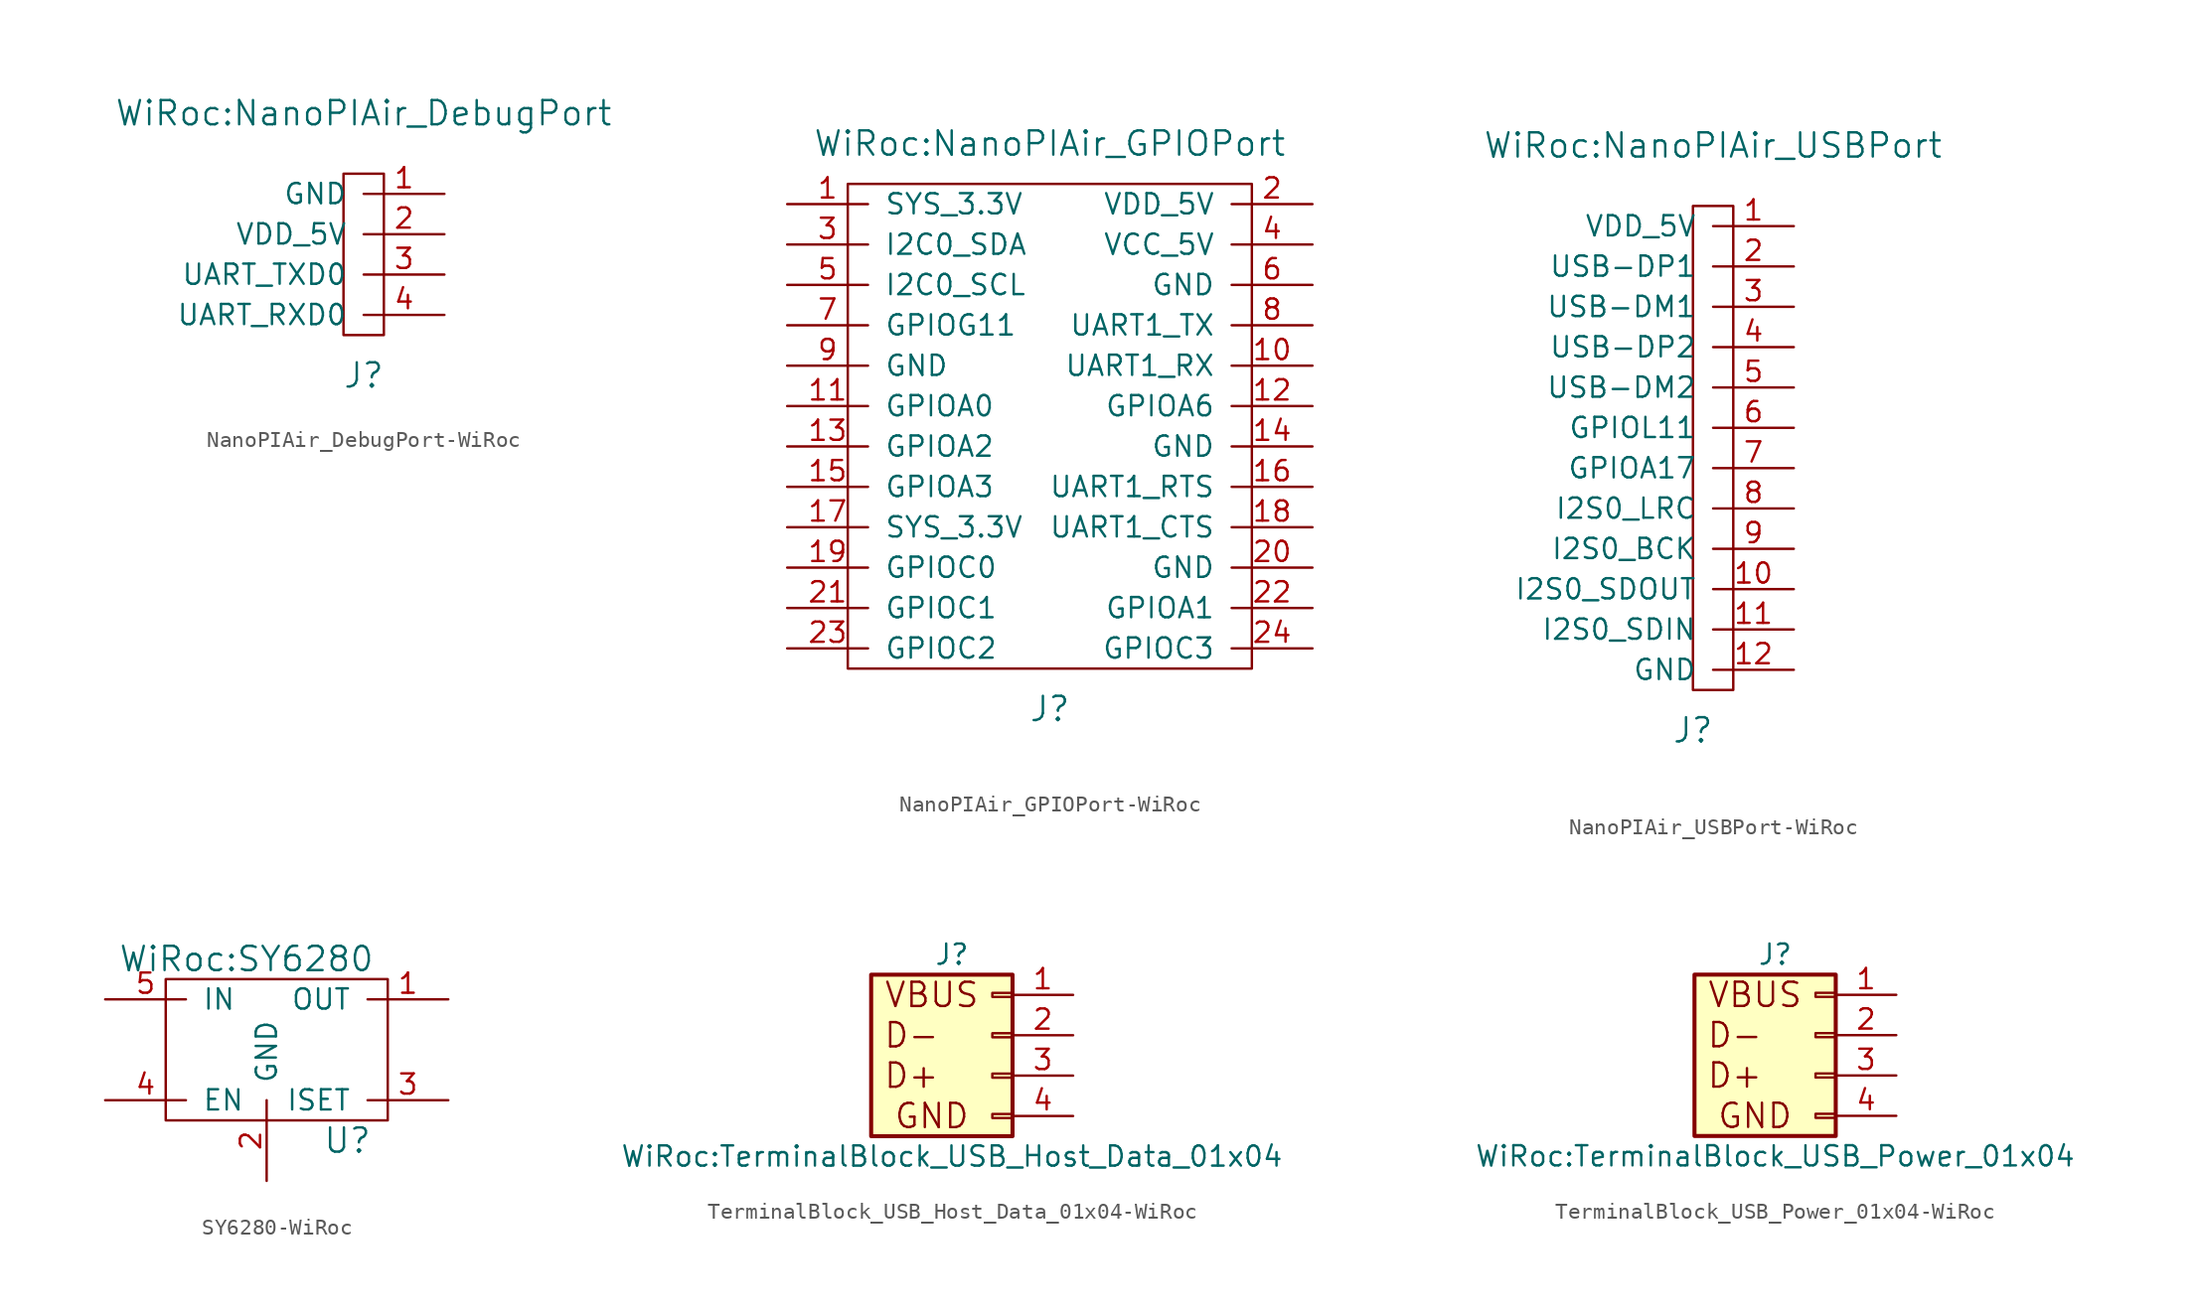
<source format=kicad_sym>
(kicad_symbol_lib
  (version 20220914)
  (generator kicad_symbol_editor)
  (symbol "NanoPIAir_DebugPort-WiRoc"
    (pin_names
      (offset 1.016))
    (property "Reference" "J"
      (at 0 -7.62 0)
      (effects (font (size 1.524 1.524))))
    (property "Value" "WiRoc:NanoPIAir_DebugPort"
      (at 0 8.89 0)
      (effects (font (size 1.524 1.524))))
    (symbol "NanoPIAir_DebugPort-WiRoc_0_1"
      (rectangle (start -1.27 -5.08) (end 1.27 5.08) (stroke (width 0) (type solid)) (fill (type none))))
    (symbol "NanoPIAir_DebugPort-WiRoc_1_1"
      (pin power_in line (at 5.08 3.81 180) (length 5.08) (name "GND" (effects (font (size 1.27 1.27)))) (number "1" (effects (font (size 1.27 1.27)))))
      (pin power_in line (at 5.08 1.27 180) (length 5.08) (name "VDD_5V" (effects (font (size 1.27 1.27)))) (number "2" (effects (font (size 1.27 1.27)))))
      (pin output line (at 5.08 -1.27 180) (length 5.08) (name "UART_TXD0" (effects (font (size 1.27 1.27)))) (number "3" (effects (font (size 1.27 1.27)))))
      (pin input line (at 5.08 -3.81 180) (length 5.08) (name "UART_RXD0" (effects (font (size 1.27 1.27)))) (number "4" (effects (font (size 1.27 1.27)))))))
  (symbol "NanoPIAir_GPIOPort-WiRoc"
    (pin_names
      (offset 1.016))
    (property "Reference" "J"
      (at 0 -17.78 0)
      (effects (font (size 1.524 1.524))))
    (property "Value" "WiRoc:NanoPIAir_GPIOPort"
      (at 0 17.78 0)
      (effects (font (size 1.524 1.524))))
    (symbol "NanoPIAir_GPIOPort-WiRoc_0_1"
      (rectangle (start -12.7 -15.24) (end 12.7 15.24) (stroke (width 0) (type solid)) (fill (type none))))
    (symbol "NanoPIAir_GPIOPort-WiRoc_1_1"
      (pin power_out line (at -16.51 13.97 0) (length 5.08) (name "SYS_3.3V" (effects (font (size 1.27 1.27)))) (number "1" (effects (font (size 1.27 1.27)))))
      (pin input line (at 16.51 3.81 180) (length 5.08) (name "UART1_RX" (effects (font (size 1.27 1.27)))) (number "10" (effects (font (size 1.27 1.27)))))
      (pin bidirectional line (at -16.51 1.27 0) (length 5.08) (name "GPIOA0" (effects (font (size 1.27 1.27)))) (number "11" (effects (font (size 1.27 1.27)))))
      (pin bidirectional line (at 16.51 1.27 180) (length 5.08) (name "GPIOA6" (effects (font (size 1.27 1.27)))) (number "12" (effects (font (size 1.27 1.27)))))
      (pin bidirectional line (at -16.51 -1.27 0) (length 5.08) (name "GPIOA2" (effects (font (size 1.27 1.27)))) (number "13" (effects (font (size 1.27 1.27)))))
      (pin power_in line (at 16.51 -1.27 180) (length 5.08) (name "GND" (effects (font (size 1.27 1.27)))) (number "14" (effects (font (size 1.27 1.27)))))
      (pin bidirectional line (at -16.51 -3.81 0) (length 5.08) (name "GPIOA3" (effects (font (size 1.27 1.27)))) (number "15" (effects (font (size 1.27 1.27)))))
      (pin output line (at 16.51 -3.81 180) (length 5.08) (name "UART1_RTS" (effects (font (size 1.27 1.27)))) (number "16" (effects (font (size 1.27 1.27)))))
      (pin power_out line (at -16.51 -6.35 0) (length 5.08) (name "SYS_3.3V" (effects (font (size 1.27 1.27)))) (number "17" (effects (font (size 1.27 1.27)))))
      (pin input line (at 16.51 -6.35 180) (length 5.08) (name "UART1_CTS" (effects (font (size 1.27 1.27)))) (number "18" (effects (font (size 1.27 1.27)))))
      (pin bidirectional line (at -16.51 -8.89 0) (length 5.08) (name "GPIOC0" (effects (font (size 1.27 1.27)))) (number "19" (effects (font (size 1.27 1.27)))))
      (pin power_in line (at 16.51 13.97 180) (length 5.08) (name "VDD_5V" (effects (font (size 1.27 1.27)))) (number "2" (effects (font (size 1.27 1.27)))))
      (pin power_in line (at 16.51 -8.89 180) (length 5.08) (name "GND" (effects (font (size 1.27 1.27)))) (number "20" (effects (font (size 1.27 1.27)))))
      (pin bidirectional line (at -16.51 -11.43 0) (length 5.08) (name "GPIOC1" (effects (font (size 1.27 1.27)))) (number "21" (effects (font (size 1.27 1.27)))))
      (pin bidirectional line (at 16.51 -11.43 180) (length 5.08) (name "GPIOA1" (effects (font (size 1.27 1.27)))) (number "22" (effects (font (size 1.27 1.27)))))
      (pin bidirectional line (at -16.51 -13.97 0) (length 5.08) (name "GPIOC2" (effects (font (size 1.27 1.27)))) (number "23" (effects (font (size 1.27 1.27)))))
      (pin bidirectional line (at 16.51 -13.97 180) (length 5.08) (name "GPIOC3" (effects (font (size 1.27 1.27)))) (number "24" (effects (font (size 1.27 1.27)))))
      (pin bidirectional line (at -16.51 11.43 0) (length 5.08) (name "I2C0_SDA" (effects (font (size 1.27 1.27)))) (number "3" (effects (font (size 1.27 1.27)))))
      (pin power_in line (at 16.51 11.43 180) (length 5.08) (name "VCC_5V" (effects (font (size 1.27 1.27)))) (number "4" (effects (font (size 1.27 1.27)))))
      (pin bidirectional line (at -16.51 8.89 0) (length 5.08) (name "I2C0_SCL" (effects (font (size 1.27 1.27)))) (number "5" (effects (font (size 1.27 1.27)))))
      (pin power_in line (at 16.51 8.89 180) (length 5.08) (name "GND" (effects (font (size 1.27 1.27)))) (number "6" (effects (font (size 1.27 1.27)))))
      (pin bidirectional line (at -16.51 6.35 0) (length 5.08) (name "GPIOG11" (effects (font (size 1.27 1.27)))) (number "7" (effects (font (size 1.27 1.27)))))
      (pin output line (at 16.51 6.35 180) (length 5.08) (name "UART1_TX" (effects (font (size 1.27 1.27)))) (number "8" (effects (font (size 1.27 1.27)))))
      (pin power_in line (at -16.51 3.81 0) (length 5.08) (name "GND" (effects (font (size 1.27 1.27)))) (number "9" (effects (font (size 1.27 1.27)))))))
  (symbol "NanoPIAir_USBPort-WiRoc"
    (pin_names
      (offset 1.016))
    (property "Reference" "J"
      (at 0 -17.78 0)
      (effects (font (size 1.524 1.524))))
    (property "Value" "WiRoc:NanoPIAir_USBPort"
      (at 1.27 19.05 0)
      (effects (font (size 1.524 1.524))))
    (symbol "NanoPIAir_USBPort-WiRoc_0_1"
      (rectangle (start 0 -15.24) (end 2.54 15.24) (stroke (width 0) (type solid)) (fill (type none))))
    (symbol "NanoPIAir_USBPort-WiRoc_1_1"
      (pin power_out line (at 6.35 13.97 180) (length 5.08) (name "VDD_5V" (effects (font (size 1.27 1.27)))) (number "1" (effects (font (size 1.27 1.27)))))
      (pin output line (at 6.35 -8.89 180) (length 5.08) (name "I2S0_SDOUT" (effects (font (size 1.27 1.27)))) (number "10" (effects (font (size 1.27 1.27)))))
      (pin input line (at 6.35 -11.43 180) (length 5.08) (name "I2S0_SDIN" (effects (font (size 1.27 1.27)))) (number "11" (effects (font (size 1.27 1.27)))))
      (pin output line (at 6.35 -13.97 180) (length 5.08) (name "GND" (effects (font (size 1.27 1.27)))) (number "12" (effects (font (size 1.27 1.27)))))
      (pin bidirectional line (at 6.35 11.43 180) (length 5.08) (name "USB-DP1" (effects (font (size 1.27 1.27)))) (number "2" (effects (font (size 1.27 1.27)))))
      (pin bidirectional line (at 6.35 8.89 180) (length 5.08) (name "USB-DM1" (effects (font (size 1.27 1.27)))) (number "3" (effects (font (size 1.27 1.27)))))
      (pin bidirectional line (at 6.35 6.35 180) (length 5.08) (name "USB-DP2" (effects (font (size 1.27 1.27)))) (number "4" (effects (font (size 1.27 1.27)))))
      (pin bidirectional line (at 6.35 3.81 180) (length 5.08) (name "USB-DM2" (effects (font (size 1.27 1.27)))) (number "5" (effects (font (size 1.27 1.27)))))
      (pin bidirectional line (at 6.35 1.27 180) (length 5.08) (name "GPIOL11" (effects (font (size 1.27 1.27)))) (number "6" (effects (font (size 1.27 1.27)))))
      (pin bidirectional line (at 6.35 -1.27 180) (length 5.08) (name "GPIOA17" (effects (font (size 1.27 1.27)))) (number "7" (effects (font (size 1.27 1.27)))))
      (pin bidirectional line (at 6.35 -3.81 180) (length 5.08) (name "I2S0_LRC" (effects (font (size 1.27 1.27)))) (number "8" (effects (font (size 1.27 1.27)))))
      (pin bidirectional line (at 6.35 -6.35 180) (length 5.08) (name "I2S0_BCK" (effects (font (size 1.27 1.27)))) (number "9" (effects (font (size 1.27 1.27)))))))
  (symbol "SY6280-WiRoc"
    (pin_names
      (offset 1.016))
    (property "Reference" "U"
      (at 5.08 -6.35 0)
      (effects (font (size 1.524 1.524))))
    (property "Value" "WiRoc:SY6280"
      (at -1.27 5.08 0)
      (effects (font (size 1.524 1.524))))
    (symbol "SY6280-WiRoc_0_1"
      (rectangle (start -6.35 3.81) (end 7.62 -5.08) (stroke (width 0) (type solid)) (fill (type none))))
    (symbol "SY6280-WiRoc_1_1"
      (pin power_out line (at 11.43 2.54 180) (length 5.08) (name "OUT" (effects (font (size 1.27 1.27)))) (number "1" (effects (font (size 1.27 1.27)))))
      (pin power_in line (at 0 -8.89 90) (length 5.08) (name "GND" (effects (font (size 1.27 1.27)))) (number "2" (effects (font (size 1.27 1.27)))))
      (pin input line (at 11.43 -3.81 180) (length 5.08) (name "ISET" (effects (font (size 1.27 1.27)))) (number "3" (effects (font (size 1.27 1.27)))))
      (pin input line (at -10.16 -3.81 0) (length 5.08) (name "EN" (effects (font (size 1.27 1.27)))) (number "4" (effects (font (size 1.27 1.27)))))
      (pin power_in line (at -10.16 2.54 0) (length 5.08) (name "IN" (effects (font (size 1.27 1.27)))) (number "5" (effects (font (size 1.27 1.27)))))))
  (symbol "TerminalBlock_USB_Host_Data_01x04-WiRoc"
    (pin_names
      (offset 1.016) hide)
    (property "Reference" "J"
      (at 0 5.08 0)
      (effects (font (size 1.27 1.27))))
    (property "Value" "WiRoc:TerminalBlock_USB_Host_Data_01x04"
      (at 0 -7.62 0)
      (effects (font (size 1.27 1.27))))
    (symbol "TerminalBlock_USB_Host_Data_01x04-WiRoc_0_0"
      (text "D+" (at -2.54 -2.54 0) (effects (font (size 1.524 1.524))))
      (text "D-" (at -2.54 0 0) (effects (font (size 1.524 1.524))))
      (text "GND" (at -1.27 -5.08 0) (effects (font (size 1.524 1.524))))
      (text "VBUS" (at -1.27 2.54 0) (effects (font (size 1.524 1.524)))))
    (symbol "TerminalBlock_USB_Host_Data_01x04-WiRoc_1_1"
      (rectangle (start 3.81 -4.953) (end 2.54 -5.207) (stroke (width 0.152) (type solid)) (fill (type none)))
      (rectangle (start 3.81 -2.413) (end 2.54 -2.667) (stroke (width 0.152) (type solid)) (fill (type none)))
      (rectangle (start 3.81 0.127) (end 2.54 -0.127) (stroke (width 0.152) (type solid)) (fill (type none)))
      (rectangle (start 3.81 2.667) (end 2.54 2.413) (stroke (width 0.152) (type solid)) (fill (type none)))
      (rectangle (start 3.81 3.81) (end -5.08 -6.35) (stroke (width 0.254) (type solid)) (fill (type background)))
      (pin passive line (at 7.62 2.54 180) (length 3.81) (name "Pin_1" (effects (font (size 1.27 1.27)))) (number "1" (effects (font (size 1.27 1.27)))))
      (pin passive line (at 7.62 0 180) (length 3.81) (name "Pin_2" (effects (font (size 1.27 1.27)))) (number "2" (effects (font (size 1.27 1.27)))))
      (pin passive line (at 7.62 -2.54 180) (length 3.81) (name "Pin_3" (effects (font (size 1.27 1.27)))) (number "3" (effects (font (size 1.27 1.27)))))
      (pin passive line (at 7.62 -5.08 180) (length 3.81) (name "Pin_4" (effects (font (size 1.27 1.27)))) (number "4" (effects (font (size 1.27 1.27)))))))
  (symbol "TerminalBlock_USB_Power_01x04-WiRoc"
    (pin_names
      (offset 1.016) hide)
    (property "Reference" "J"
      (at 0 5.08 0)
      (effects (font (size 1.27 1.27))))
    (property "Value" "WiRoc:TerminalBlock_USB_Power_01x04"
      (at 0 -7.62 0)
      (effects (font (size 1.27 1.27))))
    (symbol "TerminalBlock_USB_Power_01x04-WiRoc_0_0"
      (text "D+" (at -2.54 -2.54 0) (effects (font (size 1.524 1.524))))
      (text "D-" (at -2.54 0 0) (effects (font (size 1.524 1.524))))
      (text "GND" (at -1.27 -5.08 0) (effects (font (size 1.524 1.524))))
      (text "VBUS" (at -1.27 2.54 0) (effects (font (size 1.524 1.524)))))
    (symbol "TerminalBlock_USB_Power_01x04-WiRoc_1_1"
      (rectangle (start 3.81 -4.953) (end 2.54 -5.207) (stroke (width 0.152) (type solid)) (fill (type none)))
      (rectangle (start 3.81 -2.413) (end 2.54 -2.667) (stroke (width 0.152) (type solid)) (fill (type none)))
      (rectangle (start 3.81 0.127) (end 2.54 -0.127) (stroke (width 0.152) (type solid)) (fill (type none)))
      (rectangle (start 3.81 2.667) (end 2.54 2.413) (stroke (width 0.152) (type solid)) (fill (type none)))
      (rectangle (start 3.81 3.81) (end -5.08 -6.35) (stroke (width 0.254) (type solid)) (fill (type background)))
      (pin power_out line (at 7.62 2.54 180) (length 3.81) (name "Pin_1" (effects (font (size 1.27 1.27)))) (number "1" (effects (font (size 1.27 1.27)))))
      (pin passive line (at 7.62 0 180) (length 3.81) (name "Pin_2" (effects (font (size 1.27 1.27)))) (number "2" (effects (font (size 1.27 1.27)))))
      (pin passive line (at 7.62 -2.54 180) (length 3.81) (name "Pin_3" (effects (font (size 1.27 1.27)))) (number "3" (effects (font (size 1.27 1.27)))))
      (pin power_in line (at 7.62 -5.08 180) (length 3.81) (name "Pin_4" (effects (font (size 1.27 1.27)))) (number "4" (effects (font (size 1.27 1.27))))))))
</source>
